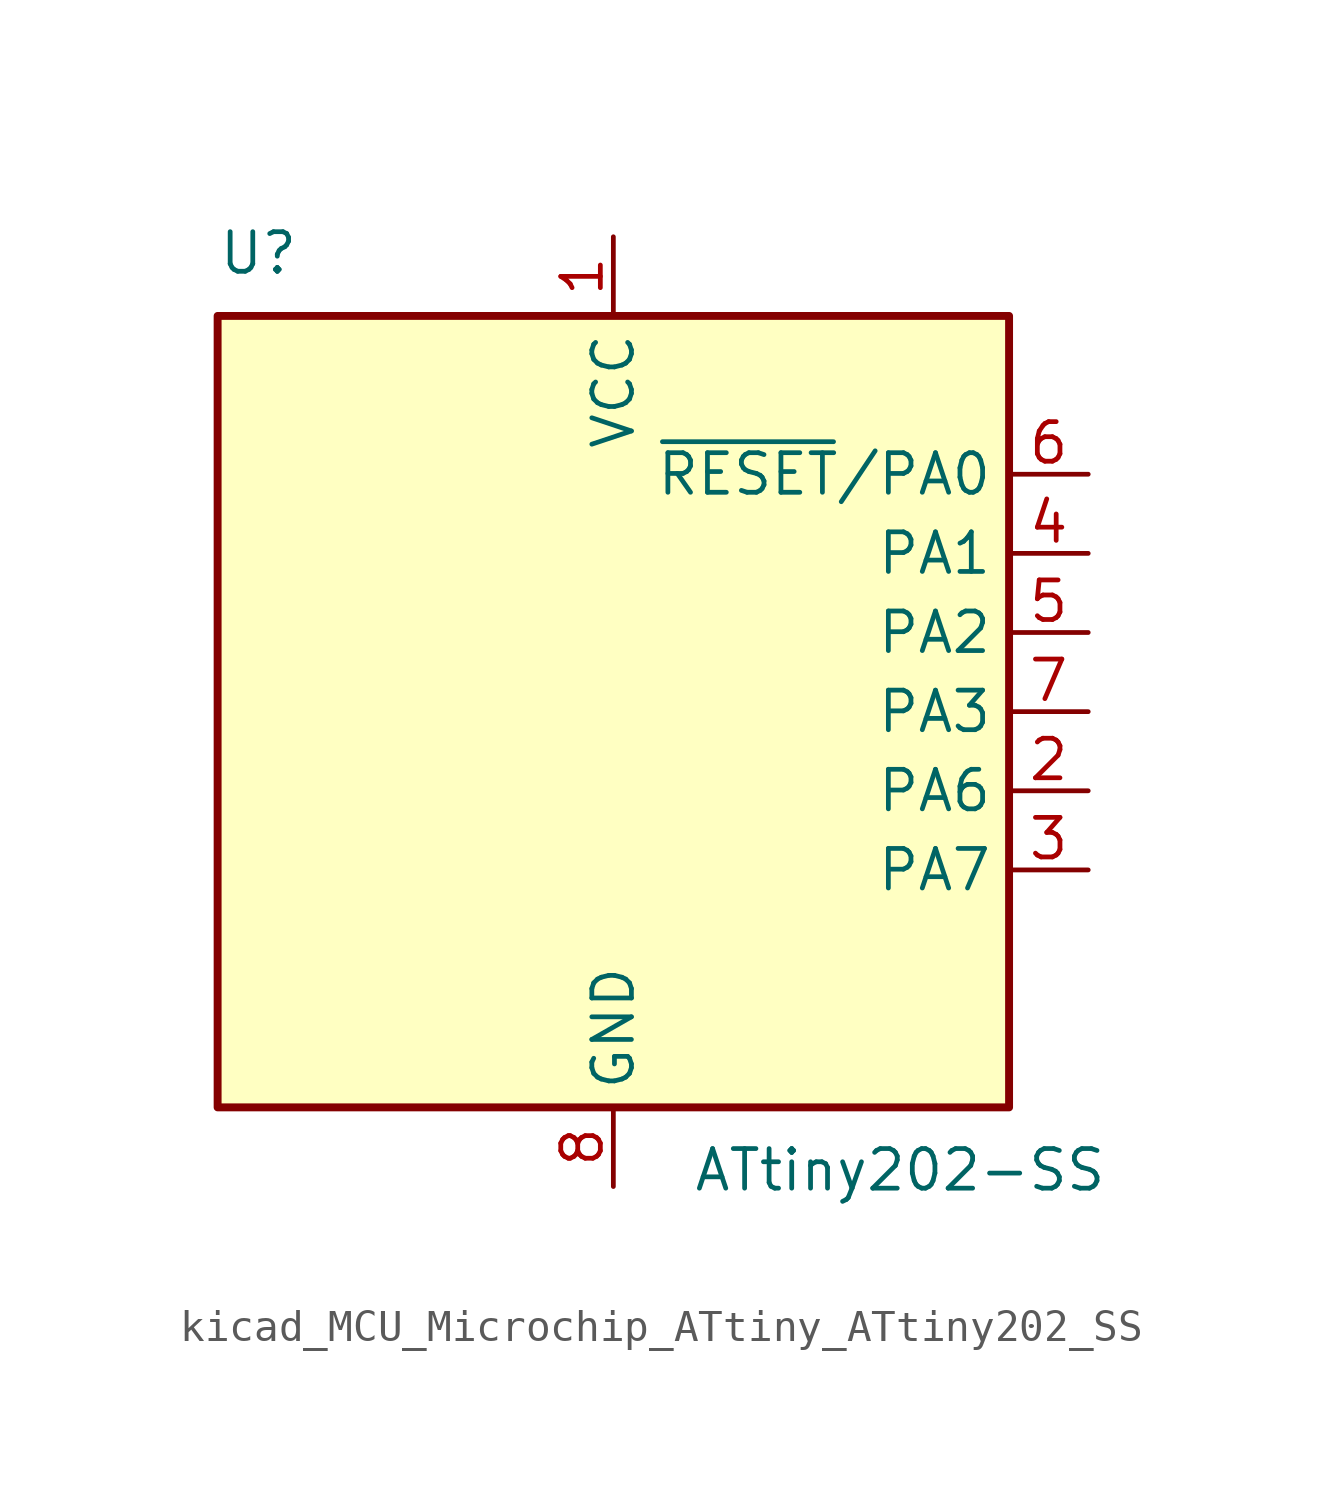
<source format=kicad_sym>
(kicad_symbol_lib
  (version 20220914)
  (generator kicad_symbol_editor)
  (symbol "kicad_MCU_Microchip_ATtiny_ATtiny202_SS"
    (property "Reference" "U"
      (at -12.7 13.97 0)
      (effects (font (size 1.27 1.27)) (justify left bottom)))
    (property "Value" "ATtiny202-SS"
      (at 2.54 -13.97 0)
      (effects (font (size 1.27 1.27)) (justify left top)))
    (symbol "kicad_MCU_Microchip_ATtiny_ATtiny202_SS_0_1"
      (rectangle (start -12.7 -12.7) (end 12.7 12.7) (stroke (width 0.254) (type default)) (fill (type background))))
    (symbol "kicad_MCU_Microchip_ATtiny_ATtiny202_SS_1_1"
      (pin power_in line (at 0 15.24 270) (length 2.54) (name "VCC" (effects (font (size 1.27 1.27)))) (number "1" (effects (font (size 1.27 1.27)))))
      (pin bidirectional line (at 15.24 -2.54 180) (length 2.54) (name "PA6" (effects (font (size 1.27 1.27)))) (number "2" (effects (font (size 1.27 1.27)))))
      (pin bidirectional line (at 15.24 -5.08 180) (length 2.54) (name "PA7" (effects (font (size 1.27 1.27)))) (number "3" (effects (font (size 1.27 1.27)))))
      (pin bidirectional line (at 15.24 5.08 180) (length 2.54) (name "PA1" (effects (font (size 1.27 1.27)))) (number "4" (effects (font (size 1.27 1.27)))))
      (pin bidirectional line (at 15.24 2.54 180) (length 2.54) (name "PA2" (effects (font (size 1.27 1.27)))) (number "5" (effects (font (size 1.27 1.27)))))
      (pin bidirectional line (at 15.24 7.62 180) (length 2.54) (name "~{RESET}/PA0" (effects (font (size 1.27 1.27)))) (number "6" (effects (font (size 1.27 1.27)))))
      (pin bidirectional line (at 15.24 0 180) (length 2.54) (name "PA3" (effects (font (size 1.27 1.27)))) (number "7" (effects (font (size 1.27 1.27)))))
      (pin power_in line (at 0 -15.24 90) (length 2.54) (name "GND" (effects (font (size 1.27 1.27)))) (number "8" (effects (font (size 1.27 1.27))))))))
</source>
